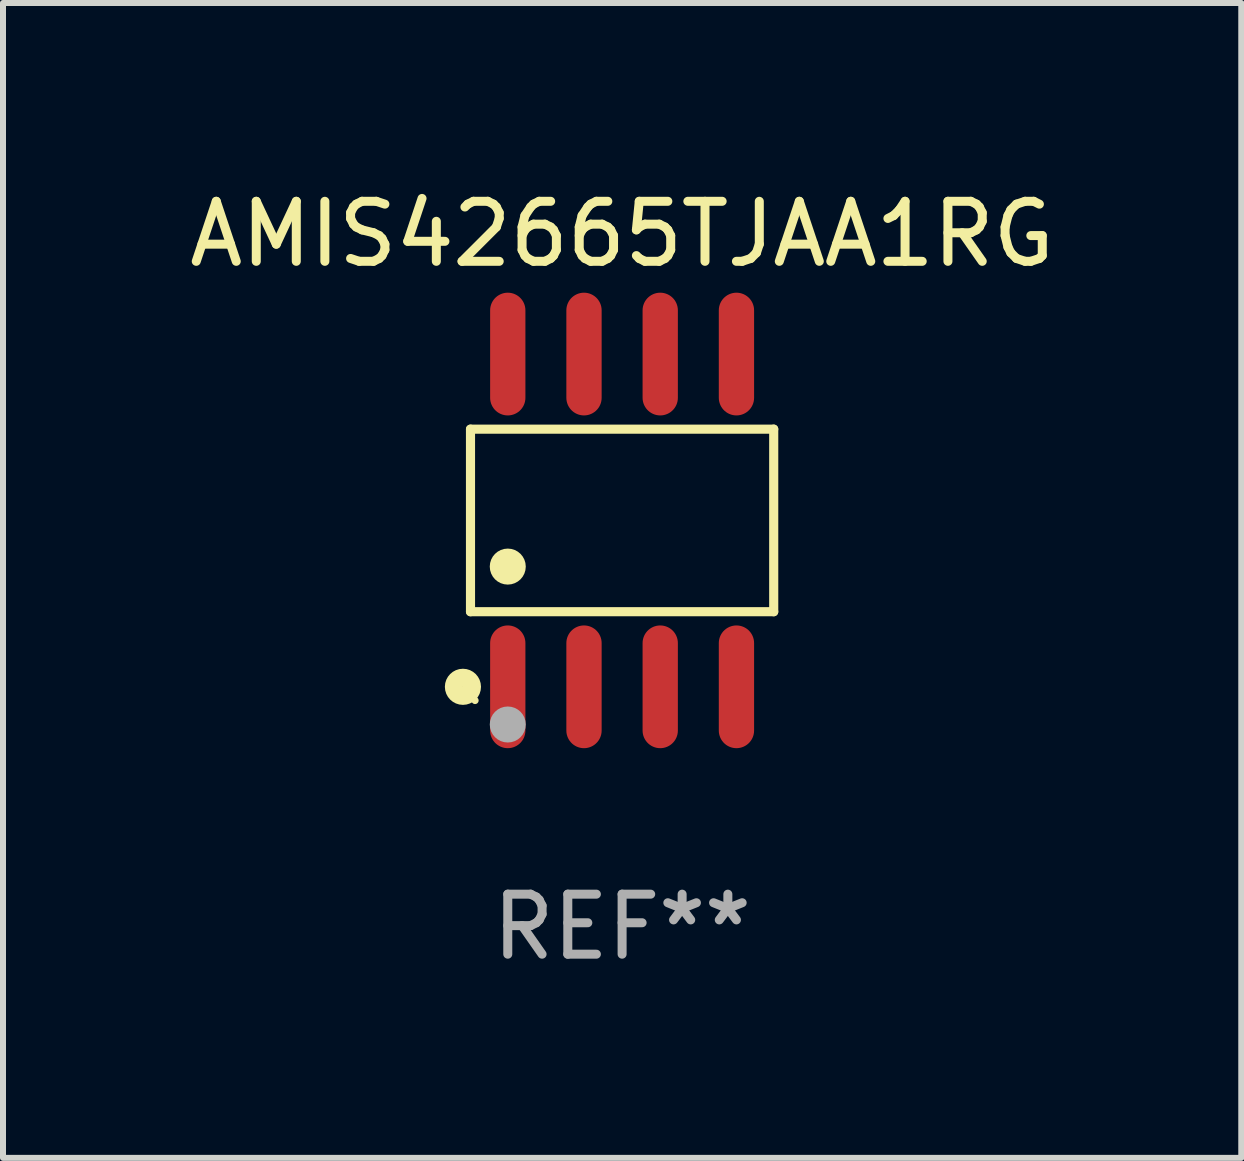
<source format=kicad_pcb>
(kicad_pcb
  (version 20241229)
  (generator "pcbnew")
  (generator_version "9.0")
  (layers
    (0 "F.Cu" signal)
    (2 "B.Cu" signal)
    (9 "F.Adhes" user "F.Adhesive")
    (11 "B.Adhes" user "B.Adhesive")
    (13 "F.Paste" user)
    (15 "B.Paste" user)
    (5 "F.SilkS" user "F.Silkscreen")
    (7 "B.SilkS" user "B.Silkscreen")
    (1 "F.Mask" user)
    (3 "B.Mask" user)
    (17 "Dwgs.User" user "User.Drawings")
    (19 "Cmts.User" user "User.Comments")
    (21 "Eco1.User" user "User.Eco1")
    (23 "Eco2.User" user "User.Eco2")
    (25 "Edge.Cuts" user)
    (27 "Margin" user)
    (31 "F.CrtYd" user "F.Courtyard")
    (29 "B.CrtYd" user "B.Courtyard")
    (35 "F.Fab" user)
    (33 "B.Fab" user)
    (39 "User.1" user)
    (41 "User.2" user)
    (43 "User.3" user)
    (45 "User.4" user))
  (footprint "AMIS42665TJAA1RG"
    (layer "F.Cu")
    (at 7.315 5.621)
    (property "Reference" "AMIS42665TJAA1RG" (at 0 -4.772 0) (layer "F.SilkS") (effects (font (size 1 1) (thickness 0.15))))
    (attr through_hole)
    (fp_line (start -2.526 -1.521) (end 2.526 -1.521) (stroke (width 0.152) (type solid)) (layer "F.SilkS"))
    (fp_line (start -2.526 1.521) (end -2.526 -1.521) (stroke (width 0.152) (type solid)) (layer "F.SilkS"))
    (fp_line (start 2.526 -1.521) (end 2.526 1.521) (stroke (width 0.152) (type solid)) (layer "F.SilkS"))
    (fp_line (start 2.526 1.521) (end -2.526 1.521) (stroke (width 0.152) (type solid)) (layer "F.SilkS"))
    (fp_circle (center -2.652 2.772) (end -2.501 2.772) (stroke (width 0.3) (type solid)) (fill no) (layer "F.SilkS"))
    (fp_circle (center -2.45 3) (end -2.42 3) (stroke (width 0.06) (type solid)) (fill no) (layer "F.SilkS"))
    (fp_circle (center -1.905 0.769) (end -1.755 0.769) (stroke (width 0.3) (type solid)) (fill no) (layer "F.SilkS"))
    (fp_circle (center -1.905 3.4) (end -1.755 3.4) (stroke (width 0.3) (type solid)) (fill no) (layer "F.Fab"))
    (fp_text user "REF**" (at 0 6.772 0) (layer "F.Fab") (effects (font (size 1 1) (thickness 0.15))))
    (pad "1" smd oval (at -1.905 2.772) (size 0.588 2.045) (layers "F.Cu" "F.Mask" "F.Paste"))
    (pad "2" smd oval (at -0.635 2.772) (size 0.588 2.045) (layers "F.Cu" "F.Mask" "F.Paste"))
    (pad "3" smd oval (at 0.635 2.772) (size 0.588 2.045) (layers "F.Cu" "F.Mask" "F.Paste"))
    (pad "4" smd oval (at 1.905 2.772) (size 0.588 2.045) (layers "F.Cu" "F.Mask" "F.Paste"))
    (pad "5" smd oval (at 1.905 -2.772) (size 0.588 2.045) (layers "F.Cu" "F.Mask" "F.Paste"))
    (pad "6" smd oval (at 0.635 -2.772) (size 0.588 2.045) (layers "F.Cu" "F.Mask" "F.Paste"))
    (pad "7" smd oval (at -0.635 -2.772) (size 0.588 2.045) (layers "F.Cu" "F.Mask" "F.Paste"))
    (pad "8" smd oval (at -1.905 -2.772) (size 0.588 2.045) (layers "F.Cu" "F.Mask" "F.Paste")))
  (gr_rect
    (start -3 -3)
    (end 17.631 16.241)
    (stroke (width 0.1) (type default))
    (fill no)
    (layer "Edge.Cuts")))
</source>
